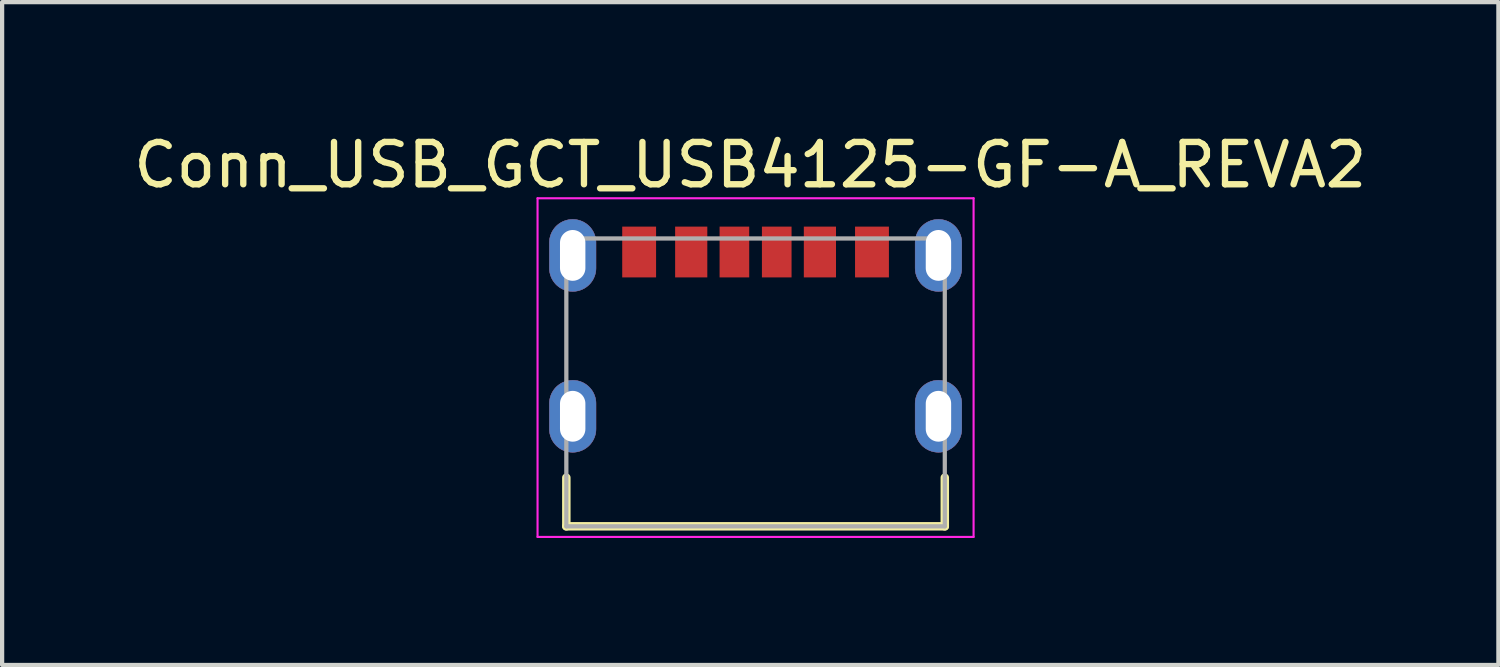
<source format=kicad_pcb>
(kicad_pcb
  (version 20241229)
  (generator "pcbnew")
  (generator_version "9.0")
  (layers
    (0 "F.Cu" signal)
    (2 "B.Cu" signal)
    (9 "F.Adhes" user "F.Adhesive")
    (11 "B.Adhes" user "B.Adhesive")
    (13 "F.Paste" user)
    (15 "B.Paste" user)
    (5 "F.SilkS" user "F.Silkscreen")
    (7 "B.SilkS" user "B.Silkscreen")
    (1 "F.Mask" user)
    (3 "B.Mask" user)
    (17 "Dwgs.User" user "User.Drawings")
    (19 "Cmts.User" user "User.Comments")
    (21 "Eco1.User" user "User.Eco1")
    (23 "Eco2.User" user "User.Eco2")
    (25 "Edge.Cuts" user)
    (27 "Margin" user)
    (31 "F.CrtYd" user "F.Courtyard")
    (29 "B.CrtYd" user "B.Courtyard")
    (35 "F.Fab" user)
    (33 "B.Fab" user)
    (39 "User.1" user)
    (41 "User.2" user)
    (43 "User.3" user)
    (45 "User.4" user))
  (footprint "Conn_USB_GCT_USB4125-GF-A_REVA2"
    (layer "F.Cu")
    (at 14.798 5.983)
    (property "Reference" "Conn_USB_GCT_USB4125-GF-A_REVA2" (at -0.125 -5.135 0) (layer "F.SilkS") (effects (font (size 1 1) (thickness 0.15))))
    (attr through_hole)
    (fp_poly (pts (xy -4.32 -3.85) (xy -4.349 -3.849) (xy -4.377 -3.847) (xy -4.406 -3.843) (xy -4.434 -3.838) (xy -4.462 -3.831) (xy -4.49 -3.823) (xy -4.517 -3.813) (xy -4.544 -3.802) (xy -4.57 -3.79) (xy -4.595 -3.776) (xy -4.62 -3.761) (xy -4.643 -3.745) (xy -4.666 -3.727) (xy -4.688 -3.709) (xy -4.709 -3.689) (xy -4.729 -3.668) (xy -4.747 -3.646) (xy -4.765 -3.623) (xy -4.781 -3.6) (xy -4.796 -3.575) (xy -4.81 -3.55) (xy -4.822 -3.524) (xy -4.833 -3.497) (xy -4.843 -3.47) (xy -4.851 -3.442) (xy -4.858 -3.414) (xy -4.863 -3.386) (xy -4.867 -3.357) (xy -4.869 -3.329) (xy -4.87 -3.3) (xy -4.87 -2.7) (xy -4.869 -2.671) (xy -4.867 -2.643) (xy -4.863 -2.614) (xy -4.858 -2.586) (xy -4.851 -2.558) (xy -4.843 -2.53) (xy -4.833 -2.503) (xy -4.822 -2.476) (xy -4.81 -2.45) (xy -4.796 -2.425) (xy -4.781 -2.4) (xy -4.765 -2.377) (xy -4.747 -2.354) (xy -4.729 -2.332) (xy -4.709 -2.311) (xy -4.688 -2.291) (xy -4.666 -2.273) (xy -4.643 -2.255) (xy -4.62 -2.239) (xy -4.595 -2.224) (xy -4.57 -2.21) (xy -4.544 -2.198) (xy -4.517 -2.187) (xy -4.49 -2.177) (xy -4.462 -2.169) (xy -4.434 -2.162) (xy -4.406 -2.157) (xy -4.377 -2.153) (xy -4.349 -2.151) (xy -4.32 -2.15) (xy -4.291 -2.151) (xy -4.263 -2.153) (xy -4.234 -2.157) (xy -4.206 -2.162) (xy -4.178 -2.169) (xy -4.15 -2.177) (xy -4.123 -2.187) (xy -4.096 -2.198) (xy -4.07 -2.21) (xy -4.045 -2.224) (xy -4.02 -2.239) (xy -3.997 -2.255) (xy -3.974 -2.273) (xy -3.952 -2.291) (xy -3.931 -2.311) (xy -3.911 -2.332) (xy -3.893 -2.354) (xy -3.875 -2.377) (xy -3.859 -2.4) (xy -3.844 -2.425) (xy -3.83 -2.45) (xy -3.818 -2.476) (xy -3.807 -2.503) (xy -3.797 -2.53) (xy -3.789 -2.558) (xy -3.782 -2.586) (xy -3.777 -2.614) (xy -3.773 -2.643) (xy -3.771 -2.671) (xy -3.77 -2.7) (xy -3.77 -3.3) (xy -3.771 -3.329) (xy -3.773 -3.357) (xy -3.777 -3.386) (xy -3.782 -3.414) (xy -3.789 -3.442) (xy -3.797 -3.47) (xy -3.807 -3.497) (xy -3.818 -3.524) (xy -3.83 -3.55) (xy -3.844 -3.575) (xy -3.859 -3.6) (xy -3.875 -3.623) (xy -3.893 -3.646) (xy -3.911 -3.668) (xy -3.931 -3.689) (xy -3.952 -3.709) (xy -3.974 -3.727) (xy -3.997 -3.745) (xy -4.02 -3.761) (xy -4.045 -3.776) (xy -4.07 -3.79) (xy -4.096 -3.802) (xy -4.123 -3.813) (xy -4.15 -3.823) (xy -4.178 -3.831) (xy -4.206 -3.838) (xy -4.234 -3.843) (xy -4.263 -3.847) (xy -4.291 -3.849) (xy -4.32 -3.85)) (stroke (width 0.01) (type solid)) (fill yes) (layer "F.Cu"))
    (fp_poly (pts (xy -4.32 -0.05) (xy -4.349 -0.049) (xy -4.377 -0.047) (xy -4.406 -0.043) (xy -4.434 -0.038) (xy -4.462 -0.031) (xy -4.49 -0.023) (xy -4.517 -0.013) (xy -4.544 -0.002) (xy -4.57 0.01) (xy -4.595 0.024) (xy -4.62 0.039) (xy -4.643 0.055) (xy -4.666 0.073) (xy -4.688 0.091) (xy -4.709 0.111) (xy -4.729 0.132) (xy -4.747 0.154) (xy -4.765 0.177) (xy -4.781 0.2) (xy -4.796 0.225) (xy -4.81 0.25) (xy -4.822 0.276) (xy -4.833 0.303) (xy -4.843 0.33) (xy -4.851 0.358) (xy -4.858 0.386) (xy -4.863 0.414) (xy -4.867 0.443) (xy -4.869 0.471) (xy -4.87 0.5) (xy -4.87 1.1) (xy -4.869 1.129) (xy -4.867 1.157) (xy -4.863 1.186) (xy -4.858 1.214) (xy -4.851 1.242) (xy -4.843 1.27) (xy -4.833 1.297) (xy -4.822 1.324) (xy -4.81 1.35) (xy -4.796 1.375) (xy -4.781 1.4) (xy -4.765 1.423) (xy -4.747 1.446) (xy -4.729 1.468) (xy -4.709 1.489) (xy -4.688 1.509) (xy -4.666 1.527) (xy -4.643 1.545) (xy -4.62 1.561) (xy -4.595 1.576) (xy -4.57 1.59) (xy -4.544 1.602) (xy -4.517 1.613) (xy -4.49 1.623) (xy -4.462 1.631) (xy -4.434 1.638) (xy -4.406 1.643) (xy -4.377 1.647) (xy -4.349 1.649) (xy -4.32 1.65) (xy -4.291 1.649) (xy -4.263 1.647) (xy -4.234 1.643) (xy -4.206 1.638) (xy -4.178 1.631) (xy -4.15 1.623) (xy -4.123 1.613) (xy -4.096 1.602) (xy -4.07 1.59) (xy -4.045 1.576) (xy -4.02 1.561) (xy -3.997 1.545) (xy -3.974 1.527) (xy -3.952 1.509) (xy -3.931 1.489) (xy -3.911 1.468) (xy -3.893 1.446) (xy -3.875 1.423) (xy -3.859 1.4) (xy -3.844 1.375) (xy -3.83 1.35) (xy -3.818 1.324) (xy -3.807 1.297) (xy -3.797 1.27) (xy -3.789 1.242) (xy -3.782 1.214) (xy -3.777 1.186) (xy -3.773 1.157) (xy -3.771 1.129) (xy -3.77 1.1) (xy -3.77 0.5) (xy -3.771 0.471) (xy -3.773 0.443) (xy -3.777 0.414) (xy -3.782 0.386) (xy -3.789 0.358) (xy -3.797 0.33) (xy -3.807 0.303) (xy -3.818 0.276) (xy -3.83 0.25) (xy -3.844 0.225) (xy -3.859 0.2) (xy -3.875 0.177) (xy -3.893 0.154) (xy -3.911 0.132) (xy -3.931 0.111) (xy -3.952 0.091) (xy -3.974 0.073) (xy -3.997 0.055) (xy -4.02 0.039) (xy -4.045 0.024) (xy -4.07 0.01) (xy -4.096 -0.002) (xy -4.123 -0.013) (xy -4.15 -0.023) (xy -4.178 -0.031) (xy -4.206 -0.038) (xy -4.234 -0.043) (xy -4.263 -0.047) (xy -4.291 -0.049) (xy -4.32 -0.05)) (stroke (width 0.01) (type solid)) (fill yes) (layer "F.Cu"))
    (fp_poly (pts (xy 4.32 -3.85) (xy 4.291 -3.849) (xy 4.263 -3.847) (xy 4.234 -3.843) (xy 4.206 -3.838) (xy 4.178 -3.831) (xy 4.15 -3.823) (xy 4.123 -3.813) (xy 4.096 -3.802) (xy 4.07 -3.79) (xy 4.045 -3.776) (xy 4.02 -3.761) (xy 3.997 -3.745) (xy 3.974 -3.727) (xy 3.952 -3.709) (xy 3.931 -3.689) (xy 3.911 -3.668) (xy 3.893 -3.646) (xy 3.875 -3.623) (xy 3.859 -3.6) (xy 3.844 -3.575) (xy 3.83 -3.55) (xy 3.818 -3.524) (xy 3.807 -3.497) (xy 3.797 -3.47) (xy 3.789 -3.442) (xy 3.782 -3.414) (xy 3.777 -3.386) (xy 3.773 -3.357) (xy 3.771 -3.329) (xy 3.77 -3.3) (xy 3.77 -2.7) (xy 3.771 -2.671) (xy 3.773 -2.643) (xy 3.777 -2.614) (xy 3.782 -2.586) (xy 3.789 -2.558) (xy 3.797 -2.53) (xy 3.807 -2.503) (xy 3.818 -2.476) (xy 3.83 -2.45) (xy 3.844 -2.425) (xy 3.859 -2.4) (xy 3.875 -2.377) (xy 3.893 -2.354) (xy 3.911 -2.332) (xy 3.931 -2.311) (xy 3.952 -2.291) (xy 3.974 -2.273) (xy 3.997 -2.255) (xy 4.02 -2.239) (xy 4.045 -2.224) (xy 4.07 -2.21) (xy 4.096 -2.198) (xy 4.123 -2.187) (xy 4.15 -2.177) (xy 4.178 -2.169) (xy 4.206 -2.162) (xy 4.234 -2.157) (xy 4.263 -2.153) (xy 4.291 -2.151) (xy 4.32 -2.15) (xy 4.349 -2.151) (xy 4.377 -2.153) (xy 4.406 -2.157) (xy 4.434 -2.162) (xy 4.462 -2.169) (xy 4.49 -2.177) (xy 4.517 -2.187) (xy 4.544 -2.198) (xy 4.57 -2.21) (xy 4.595 -2.224) (xy 4.62 -2.239) (xy 4.643 -2.255) (xy 4.666 -2.273) (xy 4.688 -2.291) (xy 4.709 -2.311) (xy 4.729 -2.332) (xy 4.747 -2.354) (xy 4.765 -2.377) (xy 4.781 -2.4) (xy 4.796 -2.425) (xy 4.81 -2.45) (xy 4.822 -2.476) (xy 4.833 -2.503) (xy 4.843 -2.53) (xy 4.851 -2.558) (xy 4.858 -2.586) (xy 4.863 -2.614) (xy 4.867 -2.643) (xy 4.869 -2.671) (xy 4.87 -2.7) (xy 4.87 -3.3) (xy 4.869 -3.329) (xy 4.867 -3.357) (xy 4.863 -3.386) (xy 4.858 -3.414) (xy 4.851 -3.442) (xy 4.843 -3.47) (xy 4.833 -3.497) (xy 4.822 -3.524) (xy 4.81 -3.55) (xy 4.796 -3.575) (xy 4.781 -3.6) (xy 4.765 -3.623) (xy 4.747 -3.646) (xy 4.729 -3.668) (xy 4.709 -3.689) (xy 4.688 -3.709) (xy 4.666 -3.727) (xy 4.643 -3.745) (xy 4.62 -3.761) (xy 4.595 -3.776) (xy 4.57 -3.79) (xy 4.544 -3.802) (xy 4.517 -3.813) (xy 4.49 -3.823) (xy 4.462 -3.831) (xy 4.434 -3.838) (xy 4.406 -3.843) (xy 4.377 -3.847) (xy 4.349 -3.849) (xy 4.32 -3.85)) (stroke (width 0.01) (type solid)) (fill yes) (layer "F.Cu"))
    (fp_poly (pts (xy 4.32 -0.05) (xy 4.291 -0.049) (xy 4.263 -0.047) (xy 4.234 -0.043) (xy 4.206 -0.038) (xy 4.178 -0.031) (xy 4.15 -0.023) (xy 4.123 -0.013) (xy 4.096 -0.002) (xy 4.07 0.01) (xy 4.045 0.024) (xy 4.02 0.039) (xy 3.997 0.055) (xy 3.974 0.073) (xy 3.952 0.091) (xy 3.931 0.111) (xy 3.911 0.132) (xy 3.893 0.154) (xy 3.875 0.177) (xy 3.859 0.2) (xy 3.844 0.225) (xy 3.83 0.25) (xy 3.818 0.276) (xy 3.807 0.303) (xy 3.797 0.33) (xy 3.789 0.358) (xy 3.782 0.386) (xy 3.777 0.414) (xy 3.773 0.443) (xy 3.771 0.471) (xy 3.77 0.5) (xy 3.77 1.1) (xy 3.771 1.129) (xy 3.773 1.157) (xy 3.777 1.186) (xy 3.782 1.214) (xy 3.789 1.242) (xy 3.797 1.27) (xy 3.807 1.297) (xy 3.818 1.324) (xy 3.83 1.35) (xy 3.844 1.375) (xy 3.859 1.4) (xy 3.875 1.423) (xy 3.893 1.446) (xy 3.911 1.468) (xy 3.931 1.489) (xy 3.952 1.509) (xy 3.974 1.527) (xy 3.997 1.545) (xy 4.02 1.561) (xy 4.045 1.576) (xy 4.07 1.59) (xy 4.096 1.602) (xy 4.123 1.613) (xy 4.15 1.623) (xy 4.178 1.631) (xy 4.206 1.638) (xy 4.234 1.643) (xy 4.263 1.647) (xy 4.291 1.649) (xy 4.32 1.65) (xy 4.349 1.649) (xy 4.377 1.647) (xy 4.406 1.643) (xy 4.434 1.638) (xy 4.462 1.631) (xy 4.49 1.623) (xy 4.517 1.613) (xy 4.544 1.602) (xy 4.57 1.59) (xy 4.595 1.576) (xy 4.62 1.561) (xy 4.643 1.545) (xy 4.666 1.527) (xy 4.688 1.509) (xy 4.709 1.489) (xy 4.729 1.468) (xy 4.747 1.446) (xy 4.765 1.423) (xy 4.781 1.4) (xy 4.796 1.375) (xy 4.81 1.35) (xy 4.822 1.324) (xy 4.833 1.297) (xy 4.843 1.27) (xy 4.851 1.242) (xy 4.858 1.214) (xy 4.863 1.186) (xy 4.867 1.157) (xy 4.869 1.129) (xy 4.87 1.1) (xy 4.87 0.5) (xy 4.869 0.471) (xy 4.867 0.443) (xy 4.863 0.414) (xy 4.858 0.386) (xy 4.851 0.358) (xy 4.843 0.33) (xy 4.833 0.303) (xy 4.822 0.276) (xy 4.81 0.25) (xy 4.796 0.225) (xy 4.781 0.2) (xy 4.765 0.177) (xy 4.747 0.154) (xy 4.729 0.132) (xy 4.709 0.111) (xy 4.688 0.091) (xy 4.666 0.073) (xy 4.643 0.055) (xy 4.62 0.039) (xy 4.595 0.024) (xy 4.57 0.01) (xy 4.544 -0.002) (xy 4.517 -0.013) (xy 4.49 -0.023) (xy 4.462 -0.031) (xy 4.434 -0.038) (xy 4.406 -0.043) (xy 4.377 -0.047) (xy 4.349 -0.049) (xy 4.32 -0.05)) (stroke (width 0.01) (type solid)) (fill yes) (layer "F.Cu"))
    (fp_poly (pts (xy -4.32 -3.95) (xy -4.354 -3.949) (xy -4.388 -3.946) (xy -4.422 -3.942) (xy -4.455 -3.936) (xy -4.488 -3.928) (xy -4.521 -3.918) (xy -4.553 -3.907) (xy -4.584 -3.894) (xy -4.615 -3.879) (xy -4.645 -3.863) (xy -4.674 -3.845) (xy -4.702 -3.826) (xy -4.729 -3.805) (xy -4.755 -3.783) (xy -4.78 -3.76) (xy -4.803 -3.735) (xy -4.825 -3.709) (xy -4.846 -3.682) (xy -4.865 -3.654) (xy -4.883 -3.625) (xy -4.899 -3.595) (xy -4.914 -3.564) (xy -4.927 -3.533) (xy -4.938 -3.501) (xy -4.948 -3.468) (xy -4.956 -3.435) (xy -4.962 -3.402) (xy -4.966 -3.368) (xy -4.969 -3.334) (xy -4.97 -3.3) (xy -4.97 -2.7) (xy -4.969 -2.666) (xy -4.966 -2.632) (xy -4.962 -2.598) (xy -4.956 -2.565) (xy -4.948 -2.532) (xy -4.938 -2.499) (xy -4.927 -2.467) (xy -4.914 -2.436) (xy -4.899 -2.405) (xy -4.883 -2.375) (xy -4.865 -2.346) (xy -4.846 -2.318) (xy -4.825 -2.291) (xy -4.803 -2.265) (xy -4.78 -2.24) (xy -4.755 -2.217) (xy -4.729 -2.195) (xy -4.702 -2.174) (xy -4.674 -2.155) (xy -4.645 -2.137) (xy -4.615 -2.121) (xy -4.584 -2.106) (xy -4.553 -2.093) (xy -4.521 -2.082) (xy -4.488 -2.072) (xy -4.455 -2.064) (xy -4.422 -2.058) (xy -4.388 -2.054) (xy -4.354 -2.051) (xy -4.32 -2.05) (xy -4.286 -2.051) (xy -4.252 -2.054) (xy -4.218 -2.058) (xy -4.185 -2.064) (xy -4.152 -2.072) (xy -4.119 -2.082) (xy -4.087 -2.093) (xy -4.056 -2.106) (xy -4.025 -2.121) (xy -3.995 -2.137) (xy -3.966 -2.155) (xy -3.938 -2.174) (xy -3.911 -2.195) (xy -3.885 -2.217) (xy -3.86 -2.24) (xy -3.837 -2.265) (xy -3.815 -2.291) (xy -3.794 -2.318) (xy -3.775 -2.346) (xy -3.757 -2.375) (xy -3.741 -2.405) (xy -3.726 -2.436) (xy -3.713 -2.467) (xy -3.702 -2.499) (xy -3.692 -2.532) (xy -3.684 -2.565) (xy -3.678 -2.598) (xy -3.674 -2.632) (xy -3.671 -2.666) (xy -3.67 -2.7) (xy -3.67 -3.3) (xy -3.671 -3.334) (xy -3.674 -3.368) (xy -3.678 -3.402) (xy -3.684 -3.435) (xy -3.692 -3.468) (xy -3.702 -3.501) (xy -3.713 -3.533) (xy -3.726 -3.564) (xy -3.741 -3.595) (xy -3.757 -3.625) (xy -3.775 -3.654) (xy -3.794 -3.682) (xy -3.815 -3.709) (xy -3.837 -3.735) (xy -3.86 -3.76) (xy -3.885 -3.783) (xy -3.911 -3.805) (xy -3.938 -3.826) (xy -3.966 -3.845) (xy -3.995 -3.863) (xy -4.025 -3.879) (xy -4.056 -3.894) (xy -4.087 -3.907) (xy -4.119 -3.918) (xy -4.152 -3.928) (xy -4.185 -3.936) (xy -4.218 -3.942) (xy -4.252 -3.946) (xy -4.286 -3.949) (xy -4.32 -3.95)) (stroke (width 0.01) (type solid)) (fill yes) (layer "F.Mask"))
    (fp_poly (pts (xy -4.32 -0.15) (xy -4.354 -0.149) (xy -4.388 -0.146) (xy -4.422 -0.142) (xy -4.455 -0.136) (xy -4.488 -0.128) (xy -4.521 -0.118) (xy -4.553 -0.107) (xy -4.584 -0.094) (xy -4.615 -0.079) (xy -4.645 -0.063) (xy -4.674 -0.045) (xy -4.702 -0.026) (xy -4.729 -0.005) (xy -4.755 0.017) (xy -4.78 0.04) (xy -4.803 0.065) (xy -4.825 0.091) (xy -4.846 0.118) (xy -4.865 0.146) (xy -4.883 0.175) (xy -4.899 0.205) (xy -4.914 0.236) (xy -4.927 0.267) (xy -4.938 0.299) (xy -4.948 0.332) (xy -4.956 0.365) (xy -4.962 0.398) (xy -4.966 0.432) (xy -4.969 0.466) (xy -4.97 0.5) (xy -4.97 1.1) (xy -4.969 1.134) (xy -4.966 1.168) (xy -4.962 1.202) (xy -4.956 1.235) (xy -4.948 1.268) (xy -4.938 1.301) (xy -4.927 1.333) (xy -4.914 1.364) (xy -4.899 1.395) (xy -4.883 1.425) (xy -4.865 1.454) (xy -4.846 1.482) (xy -4.825 1.509) (xy -4.803 1.535) (xy -4.78 1.56) (xy -4.755 1.583) (xy -4.729 1.605) (xy -4.702 1.626) (xy -4.674 1.645) (xy -4.645 1.663) (xy -4.615 1.679) (xy -4.584 1.694) (xy -4.553 1.707) (xy -4.521 1.718) (xy -4.488 1.728) (xy -4.455 1.736) (xy -4.422 1.742) (xy -4.388 1.746) (xy -4.354 1.749) (xy -4.32 1.75) (xy -4.286 1.749) (xy -4.252 1.746) (xy -4.218 1.742) (xy -4.185 1.736) (xy -4.152 1.728) (xy -4.119 1.718) (xy -4.087 1.707) (xy -4.056 1.694) (xy -4.025 1.679) (xy -3.995 1.663) (xy -3.966 1.645) (xy -3.938 1.626) (xy -3.911 1.605) (xy -3.885 1.583) (xy -3.86 1.56) (xy -3.837 1.535) (xy -3.815 1.509) (xy -3.794 1.482) (xy -3.775 1.454) (xy -3.757 1.425) (xy -3.741 1.395) (xy -3.726 1.364) (xy -3.713 1.333) (xy -3.702 1.301) (xy -3.692 1.268) (xy -3.684 1.235) (xy -3.678 1.202) (xy -3.674 1.168) (xy -3.671 1.134) (xy -3.67 1.1) (xy -3.67 0.5) (xy -3.671 0.466) (xy -3.674 0.432) (xy -3.678 0.398) (xy -3.684 0.365) (xy -3.692 0.332) (xy -3.702 0.299) (xy -3.713 0.267) (xy -3.726 0.236) (xy -3.741 0.205) (xy -3.757 0.175) (xy -3.775 0.146) (xy -3.794 0.118) (xy -3.815 0.091) (xy -3.837 0.065) (xy -3.86 0.04) (xy -3.885 0.017) (xy -3.911 -0.005) (xy -3.938 -0.026) (xy -3.966 -0.045) (xy -3.995 -0.063) (xy -4.025 -0.079) (xy -4.056 -0.094) (xy -4.087 -0.107) (xy -4.119 -0.118) (xy -4.152 -0.128) (xy -4.185 -0.136) (xy -4.218 -0.142) (xy -4.252 -0.146) (xy -4.286 -0.149) (xy -4.32 -0.15)) (stroke (width 0.01) (type solid)) (fill yes) (layer "F.Mask"))
    (fp_poly (pts (xy 4.32 -3.95) (xy 4.286 -3.949) (xy 4.252 -3.946) (xy 4.218 -3.942) (xy 4.185 -3.936) (xy 4.152 -3.928) (xy 4.119 -3.918) (xy 4.087 -3.907) (xy 4.056 -3.894) (xy 4.025 -3.879) (xy 3.995 -3.863) (xy 3.966 -3.845) (xy 3.938 -3.826) (xy 3.911 -3.805) (xy 3.885 -3.783) (xy 3.86 -3.76) (xy 3.837 -3.735) (xy 3.815 -3.709) (xy 3.794 -3.682) (xy 3.775 -3.654) (xy 3.757 -3.625) (xy 3.741 -3.595) (xy 3.726 -3.564) (xy 3.713 -3.533) (xy 3.702 -3.501) (xy 3.692 -3.468) (xy 3.684 -3.435) (xy 3.678 -3.402) (xy 3.674 -3.368) (xy 3.671 -3.334) (xy 3.67 -3.3) (xy 3.67 -2.7) (xy 3.671 -2.666) (xy 3.674 -2.632) (xy 3.678 -2.598) (xy 3.684 -2.565) (xy 3.692 -2.532) (xy 3.702 -2.499) (xy 3.713 -2.467) (xy 3.726 -2.436) (xy 3.741 -2.405) (xy 3.757 -2.375) (xy 3.775 -2.346) (xy 3.794 -2.318) (xy 3.815 -2.291) (xy 3.837 -2.265) (xy 3.86 -2.24) (xy 3.885 -2.217) (xy 3.911 -2.195) (xy 3.938 -2.174) (xy 3.966 -2.155) (xy 3.995 -2.137) (xy 4.025 -2.121) (xy 4.056 -2.106) (xy 4.087 -2.093) (xy 4.119 -2.082) (xy 4.152 -2.072) (xy 4.185 -2.064) (xy 4.218 -2.058) (xy 4.252 -2.054) (xy 4.286 -2.051) (xy 4.32 -2.05) (xy 4.354 -2.051) (xy 4.388 -2.054) (xy 4.422 -2.058) (xy 4.455 -2.064) (xy 4.488 -2.072) (xy 4.521 -2.082) (xy 4.553 -2.093) (xy 4.584 -2.106) (xy 4.615 -2.121) (xy 4.645 -2.137) (xy 4.674 -2.155) (xy 4.702 -2.174) (xy 4.729 -2.195) (xy 4.755 -2.217) (xy 4.78 -2.24) (xy 4.803 -2.265) (xy 4.825 -2.291) (xy 4.846 -2.318) (xy 4.865 -2.346) (xy 4.883 -2.375) (xy 4.899 -2.405) (xy 4.914 -2.436) (xy 4.927 -2.467) (xy 4.938 -2.499) (xy 4.948 -2.532) (xy 4.956 -2.565) (xy 4.962 -2.598) (xy 4.966 -2.632) (xy 4.969 -2.666) (xy 4.97 -2.7) (xy 4.97 -3.3) (xy 4.969 -3.334) (xy 4.966 -3.368) (xy 4.962 -3.402) (xy 4.956 -3.435) (xy 4.948 -3.468) (xy 4.938 -3.501) (xy 4.927 -3.533) (xy 4.914 -3.564) (xy 4.899 -3.595) (xy 4.883 -3.625) (xy 4.865 -3.654) (xy 4.846 -3.682) (xy 4.825 -3.709) (xy 4.803 -3.735) (xy 4.78 -3.76) (xy 4.755 -3.783) (xy 4.729 -3.805) (xy 4.702 -3.826) (xy 4.674 -3.845) (xy 4.645 -3.863) (xy 4.615 -3.879) (xy 4.584 -3.894) (xy 4.553 -3.907) (xy 4.521 -3.918) (xy 4.488 -3.928) (xy 4.455 -3.936) (xy 4.422 -3.942) (xy 4.388 -3.946) (xy 4.354 -3.949) (xy 4.32 -3.95)) (stroke (width 0.01) (type solid)) (fill yes) (layer "F.Mask"))
    (fp_poly (pts (xy 4.32 -0.15) (xy 4.286 -0.149) (xy 4.252 -0.146) (xy 4.218 -0.142) (xy 4.185 -0.136) (xy 4.152 -0.128) (xy 4.119 -0.118) (xy 4.087 -0.107) (xy 4.056 -0.094) (xy 4.025 -0.079) (xy 3.995 -0.063) (xy 3.966 -0.045) (xy 3.938 -0.026) (xy 3.911 -0.005) (xy 3.885 0.017) (xy 3.86 0.04) (xy 3.837 0.065) (xy 3.815 0.091) (xy 3.794 0.118) (xy 3.775 0.146) (xy 3.757 0.175) (xy 3.741 0.205) (xy 3.726 0.236) (xy 3.713 0.267) (xy 3.702 0.299) (xy 3.692 0.332) (xy 3.684 0.365) (xy 3.678 0.398) (xy 3.674 0.432) (xy 3.671 0.466) (xy 3.67 0.5) (xy 3.67 1.1) (xy 3.671 1.134) (xy 3.674 1.168) (xy 3.678 1.202) (xy 3.684 1.235) (xy 3.692 1.268) (xy 3.702 1.301) (xy 3.713 1.333) (xy 3.726 1.364) (xy 3.741 1.395) (xy 3.757 1.425) (xy 3.775 1.454) (xy 3.794 1.482) (xy 3.815 1.509) (xy 3.837 1.535) (xy 3.86 1.56) (xy 3.885 1.583) (xy 3.911 1.605) (xy 3.938 1.626) (xy 3.966 1.645) (xy 3.995 1.663) (xy 4.025 1.679) (xy 4.056 1.694) (xy 4.087 1.707) (xy 4.119 1.718) (xy 4.152 1.728) (xy 4.185 1.736) (xy 4.218 1.742) (xy 4.252 1.746) (xy 4.286 1.749) (xy 4.32 1.75) (xy 4.354 1.749) (xy 4.388 1.746) (xy 4.422 1.742) (xy 4.455 1.736) (xy 4.488 1.728) (xy 4.521 1.718) (xy 4.553 1.707) (xy 4.584 1.694) (xy 4.615 1.679) (xy 4.645 1.663) (xy 4.674 1.645) (xy 4.702 1.626) (xy 4.729 1.605) (xy 4.755 1.583) (xy 4.78 1.56) (xy 4.803 1.535) (xy 4.825 1.509) (xy 4.846 1.482) (xy 4.865 1.454) (xy 4.883 1.425) (xy 4.899 1.395) (xy 4.914 1.364) (xy 4.927 1.333) (xy 4.938 1.301) (xy 4.948 1.268) (xy 4.956 1.235) (xy 4.962 1.202) (xy 4.966 1.168) (xy 4.969 1.134) (xy 4.97 1.1) (xy 4.97 0.5) (xy 4.969 0.466) (xy 4.966 0.432) (xy 4.962 0.398) (xy 4.956 0.365) (xy 4.948 0.332) (xy 4.938 0.299) (xy 4.927 0.267) (xy 4.914 0.236) (xy 4.899 0.205) (xy 4.883 0.175) (xy 4.865 0.146) (xy 4.846 0.118) (xy 4.825 0.091) (xy 4.803 0.065) (xy 4.78 0.04) (xy 4.755 0.017) (xy 4.729 -0.005) (xy 4.702 -0.026) (xy 4.674 -0.045) (xy 4.645 -0.063) (xy 4.615 -0.079) (xy 4.584 -0.094) (xy 4.553 -0.107) (xy 4.521 -0.118) (xy 4.488 -0.128) (xy 4.455 -0.136) (xy 4.422 -0.142) (xy 4.388 -0.146) (xy 4.354 -0.149) (xy 4.32 -0.15)) (stroke (width 0.01) (type solid)) (fill yes) (layer "F.Mask"))
    (fp_poly (pts (xy -4.32 -3.85) (xy -4.349 -3.849) (xy -4.377 -3.847) (xy -4.406 -3.843) (xy -4.434 -3.838) (xy -4.462 -3.831) (xy -4.49 -3.823) (xy -4.517 -3.813) (xy -4.544 -3.802) (xy -4.57 -3.79) (xy -4.595 -3.776) (xy -4.62 -3.761) (xy -4.643 -3.745) (xy -4.666 -3.727) (xy -4.688 -3.709) (xy -4.709 -3.689) (xy -4.729 -3.668) (xy -4.747 -3.646) (xy -4.765 -3.623) (xy -4.781 -3.6) (xy -4.796 -3.575) (xy -4.81 -3.55) (xy -4.822 -3.524) (xy -4.833 -3.497) (xy -4.843 -3.47) (xy -4.851 -3.442) (xy -4.858 -3.414) (xy -4.863 -3.386) (xy -4.867 -3.357) (xy -4.869 -3.329) (xy -4.87 -3.3) (xy -4.87 -2.7) (xy -4.869 -2.671) (xy -4.867 -2.643) (xy -4.863 -2.614) (xy -4.858 -2.586) (xy -4.851 -2.558) (xy -4.843 -2.53) (xy -4.833 -2.503) (xy -4.822 -2.476) (xy -4.81 -2.45) (xy -4.796 -2.425) (xy -4.781 -2.4) (xy -4.765 -2.377) (xy -4.747 -2.354) (xy -4.729 -2.332) (xy -4.709 -2.311) (xy -4.688 -2.291) (xy -4.666 -2.273) (xy -4.643 -2.255) (xy -4.62 -2.239) (xy -4.595 -2.224) (xy -4.57 -2.21) (xy -4.544 -2.198) (xy -4.517 -2.187) (xy -4.49 -2.177) (xy -4.462 -2.169) (xy -4.434 -2.162) (xy -4.406 -2.157) (xy -4.377 -2.153) (xy -4.349 -2.151) (xy -4.32 -2.15) (xy -4.291 -2.151) (xy -4.263 -2.153) (xy -4.234 -2.157) (xy -4.206 -2.162) (xy -4.178 -2.169) (xy -4.15 -2.177) (xy -4.123 -2.187) (xy -4.096 -2.198) (xy -4.07 -2.21) (xy -4.045 -2.224) (xy -4.02 -2.239) (xy -3.997 -2.255) (xy -3.974 -2.273) (xy -3.952 -2.291) (xy -3.931 -2.311) (xy -3.911 -2.332) (xy -3.893 -2.354) (xy -3.875 -2.377) (xy -3.859 -2.4) (xy -3.844 -2.425) (xy -3.83 -2.45) (xy -3.818 -2.476) (xy -3.807 -2.503) (xy -3.797 -2.53) (xy -3.789 -2.558) (xy -3.782 -2.586) (xy -3.777 -2.614) (xy -3.773 -2.643) (xy -3.771 -2.671) (xy -3.77 -2.7) (xy -3.77 -3.3) (xy -3.771 -3.329) (xy -3.773 -3.357) (xy -3.777 -3.386) (xy -3.782 -3.414) (xy -3.789 -3.442) (xy -3.797 -3.47) (xy -3.807 -3.497) (xy -3.818 -3.524) (xy -3.83 -3.55) (xy -3.844 -3.575) (xy -3.859 -3.6) (xy -3.875 -3.623) (xy -3.893 -3.646) (xy -3.911 -3.668) (xy -3.931 -3.689) (xy -3.952 -3.709) (xy -3.974 -3.727) (xy -3.997 -3.745) (xy -4.02 -3.761) (xy -4.045 -3.776) (xy -4.07 -3.79) (xy -4.096 -3.802) (xy -4.123 -3.813) (xy -4.15 -3.823) (xy -4.178 -3.831) (xy -4.206 -3.838) (xy -4.234 -3.843) (xy -4.263 -3.847) (xy -4.291 -3.849) (xy -4.32 -3.85)) (stroke (width 0.01) (type solid)) (fill yes) (layer "B.Cu"))
    (fp_poly (pts (xy -4.32 -0.05) (xy -4.349 -0.049) (xy -4.377 -0.047) (xy -4.406 -0.043) (xy -4.434 -0.038) (xy -4.462 -0.031) (xy -4.49 -0.023) (xy -4.517 -0.013) (xy -4.544 -0.002) (xy -4.57 0.01) (xy -4.595 0.024) (xy -4.62 0.039) (xy -4.643 0.055) (xy -4.666 0.073) (xy -4.688 0.091) (xy -4.709 0.111) (xy -4.729 0.132) (xy -4.747 0.154) (xy -4.765 0.177) (xy -4.781 0.2) (xy -4.796 0.225) (xy -4.81 0.25) (xy -4.822 0.276) (xy -4.833 0.303) (xy -4.843 0.33) (xy -4.851 0.358) (xy -4.858 0.386) (xy -4.863 0.414) (xy -4.867 0.443) (xy -4.869 0.471) (xy -4.87 0.5) (xy -4.87 1.1) (xy -4.869 1.129) (xy -4.867 1.157) (xy -4.863 1.186) (xy -4.858 1.214) (xy -4.851 1.242) (xy -4.843 1.27) (xy -4.833 1.297) (xy -4.822 1.324) (xy -4.81 1.35) (xy -4.796 1.375) (xy -4.781 1.4) (xy -4.765 1.423) (xy -4.747 1.446) (xy -4.729 1.468) (xy -4.709 1.489) (xy -4.688 1.509) (xy -4.666 1.527) (xy -4.643 1.545) (xy -4.62 1.561) (xy -4.595 1.576) (xy -4.57 1.59) (xy -4.544 1.602) (xy -4.517 1.613) (xy -4.49 1.623) (xy -4.462 1.631) (xy -4.434 1.638) (xy -4.406 1.643) (xy -4.377 1.647) (xy -4.349 1.649) (xy -4.32 1.65) (xy -4.291 1.649) (xy -4.263 1.647) (xy -4.234 1.643) (xy -4.206 1.638) (xy -4.178 1.631) (xy -4.15 1.623) (xy -4.123 1.613) (xy -4.096 1.602) (xy -4.07 1.59) (xy -4.045 1.576) (xy -4.02 1.561) (xy -3.997 1.545) (xy -3.974 1.527) (xy -3.952 1.509) (xy -3.931 1.489) (xy -3.911 1.468) (xy -3.893 1.446) (xy -3.875 1.423) (xy -3.859 1.4) (xy -3.844 1.375) (xy -3.83 1.35) (xy -3.818 1.324) (xy -3.807 1.297) (xy -3.797 1.27) (xy -3.789 1.242) (xy -3.782 1.214) (xy -3.777 1.186) (xy -3.773 1.157) (xy -3.771 1.129) (xy -3.77 1.1) (xy -3.77 0.5) (xy -3.771 0.471) (xy -3.773 0.443) (xy -3.777 0.414) (xy -3.782 0.386) (xy -3.789 0.358) (xy -3.797 0.33) (xy -3.807 0.303) (xy -3.818 0.276) (xy -3.83 0.25) (xy -3.844 0.225) (xy -3.859 0.2) (xy -3.875 0.177) (xy -3.893 0.154) (xy -3.911 0.132) (xy -3.931 0.111) (xy -3.952 0.091) (xy -3.974 0.073) (xy -3.997 0.055) (xy -4.02 0.039) (xy -4.045 0.024) (xy -4.07 0.01) (xy -4.096 -0.002) (xy -4.123 -0.013) (xy -4.15 -0.023) (xy -4.178 -0.031) (xy -4.206 -0.038) (xy -4.234 -0.043) (xy -4.263 -0.047) (xy -4.291 -0.049) (xy -4.32 -0.05)) (stroke (width 0.01) (type solid)) (fill yes) (layer "B.Cu"))
    (fp_poly (pts (xy 4.32 -3.85) (xy 4.291 -3.849) (xy 4.263 -3.847) (xy 4.234 -3.843) (xy 4.206 -3.838) (xy 4.178 -3.831) (xy 4.15 -3.823) (xy 4.123 -3.813) (xy 4.096 -3.802) (xy 4.07 -3.79) (xy 4.045 -3.776) (xy 4.02 -3.761) (xy 3.997 -3.745) (xy 3.974 -3.727) (xy 3.952 -3.709) (xy 3.931 -3.689) (xy 3.911 -3.668) (xy 3.893 -3.646) (xy 3.875 -3.623) (xy 3.859 -3.6) (xy 3.844 -3.575) (xy 3.83 -3.55) (xy 3.818 -3.524) (xy 3.807 -3.497) (xy 3.797 -3.47) (xy 3.789 -3.442) (xy 3.782 -3.414) (xy 3.777 -3.386) (xy 3.773 -3.357) (xy 3.771 -3.329) (xy 3.77 -3.3) (xy 3.77 -2.7) (xy 3.771 -2.671) (xy 3.773 -2.643) (xy 3.777 -2.614) (xy 3.782 -2.586) (xy 3.789 -2.558) (xy 3.797 -2.53) (xy 3.807 -2.503) (xy 3.818 -2.476) (xy 3.83 -2.45) (xy 3.844 -2.425) (xy 3.859 -2.4) (xy 3.875 -2.377) (xy 3.893 -2.354) (xy 3.911 -2.332) (xy 3.931 -2.311) (xy 3.952 -2.291) (xy 3.974 -2.273) (xy 3.997 -2.255) (xy 4.02 -2.239) (xy 4.045 -2.224) (xy 4.07 -2.21) (xy 4.096 -2.198) (xy 4.123 -2.187) (xy 4.15 -2.177) (xy 4.178 -2.169) (xy 4.206 -2.162) (xy 4.234 -2.157) (xy 4.263 -2.153) (xy 4.291 -2.151) (xy 4.32 -2.15) (xy 4.349 -2.151) (xy 4.377 -2.153) (xy 4.406 -2.157) (xy 4.434 -2.162) (xy 4.462 -2.169) (xy 4.49 -2.177) (xy 4.517 -2.187) (xy 4.544 -2.198) (xy 4.57 -2.21) (xy 4.595 -2.224) (xy 4.62 -2.239) (xy 4.643 -2.255) (xy 4.666 -2.273) (xy 4.688 -2.291) (xy 4.709 -2.311) (xy 4.729 -2.332) (xy 4.747 -2.354) (xy 4.765 -2.377) (xy 4.781 -2.4) (xy 4.796 -2.425) (xy 4.81 -2.45) (xy 4.822 -2.476) (xy 4.833 -2.503) (xy 4.843 -2.53) (xy 4.851 -2.558) (xy 4.858 -2.586) (xy 4.863 -2.614) (xy 4.867 -2.643) (xy 4.869 -2.671) (xy 4.87 -2.7) (xy 4.87 -3.3) (xy 4.869 -3.329) (xy 4.867 -3.357) (xy 4.863 -3.386) (xy 4.858 -3.414) (xy 4.851 -3.442) (xy 4.843 -3.47) (xy 4.833 -3.497) (xy 4.822 -3.524) (xy 4.81 -3.55) (xy 4.796 -3.575) (xy 4.781 -3.6) (xy 4.765 -3.623) (xy 4.747 -3.646) (xy 4.729 -3.668) (xy 4.709 -3.689) (xy 4.688 -3.709) (xy 4.666 -3.727) (xy 4.643 -3.745) (xy 4.62 -3.761) (xy 4.595 -3.776) (xy 4.57 -3.79) (xy 4.544 -3.802) (xy 4.517 -3.813) (xy 4.49 -3.823) (xy 4.462 -3.831) (xy 4.434 -3.838) (xy 4.406 -3.843) (xy 4.377 -3.847) (xy 4.349 -3.849) (xy 4.32 -3.85)) (stroke (width 0.01) (type solid)) (fill yes) (layer "B.Cu"))
    (fp_poly (pts (xy 4.32 -0.05) (xy 4.291 -0.049) (xy 4.263 -0.047) (xy 4.234 -0.043) (xy 4.206 -0.038) (xy 4.178 -0.031) (xy 4.15 -0.023) (xy 4.123 -0.013) (xy 4.096 -0.002) (xy 4.07 0.01) (xy 4.045 0.024) (xy 4.02 0.039) (xy 3.997 0.055) (xy 3.974 0.073) (xy 3.952 0.091) (xy 3.931 0.111) (xy 3.911 0.132) (xy 3.893 0.154) (xy 3.875 0.177) (xy 3.859 0.2) (xy 3.844 0.225) (xy 3.83 0.25) (xy 3.818 0.276) (xy 3.807 0.303) (xy 3.797 0.33) (xy 3.789 0.358) (xy 3.782 0.386) (xy 3.777 0.414) (xy 3.773 0.443) (xy 3.771 0.471) (xy 3.77 0.5) (xy 3.77 1.1) (xy 3.771 1.129) (xy 3.773 1.157) (xy 3.777 1.186) (xy 3.782 1.214) (xy 3.789 1.242) (xy 3.797 1.27) (xy 3.807 1.297) (xy 3.818 1.324) (xy 3.83 1.35) (xy 3.844 1.375) (xy 3.859 1.4) (xy 3.875 1.423) (xy 3.893 1.446) (xy 3.911 1.468) (xy 3.931 1.489) (xy 3.952 1.509) (xy 3.974 1.527) (xy 3.997 1.545) (xy 4.02 1.561) (xy 4.045 1.576) (xy 4.07 1.59) (xy 4.096 1.602) (xy 4.123 1.613) (xy 4.15 1.623) (xy 4.178 1.631) (xy 4.206 1.638) (xy 4.234 1.643) (xy 4.263 1.647) (xy 4.291 1.649) (xy 4.32 1.65) (xy 4.349 1.649) (xy 4.377 1.647) (xy 4.406 1.643) (xy 4.434 1.638) (xy 4.462 1.631) (xy 4.49 1.623) (xy 4.517 1.613) (xy 4.544 1.602) (xy 4.57 1.59) (xy 4.595 1.576) (xy 4.62 1.561) (xy 4.643 1.545) (xy 4.666 1.527) (xy 4.688 1.509) (xy 4.709 1.489) (xy 4.729 1.468) (xy 4.747 1.446) (xy 4.765 1.423) (xy 4.781 1.4) (xy 4.796 1.375) (xy 4.81 1.35) (xy 4.822 1.324) (xy 4.833 1.297) (xy 4.843 1.27) (xy 4.851 1.242) (xy 4.858 1.214) (xy 4.863 1.186) (xy 4.867 1.157) (xy 4.869 1.129) (xy 4.87 1.1) (xy 4.87 0.5) (xy 4.869 0.471) (xy 4.867 0.443) (xy 4.863 0.414) (xy 4.858 0.386) (xy 4.851 0.358) (xy 4.843 0.33) (xy 4.833 0.303) (xy 4.822 0.276) (xy 4.81 0.25) (xy 4.796 0.225) (xy 4.781 0.2) (xy 4.765 0.177) (xy 4.747 0.154) (xy 4.729 0.132) (xy 4.709 0.111) (xy 4.688 0.091) (xy 4.666 0.073) (xy 4.643 0.055) (xy 4.62 0.039) (xy 4.595 0.024) (xy 4.57 0.01) (xy 4.544 -0.002) (xy 4.517 -0.013) (xy 4.49 -0.023) (xy 4.462 -0.031) (xy 4.434 -0.038) (xy 4.406 -0.043) (xy 4.377 -0.047) (xy 4.349 -0.049) (xy 4.32 -0.05)) (stroke (width 0.01) (type solid)) (fill yes) (layer "B.Cu"))
    (fp_poly (pts (xy -4.32 -3.95) (xy -4.354 -3.949) (xy -4.388 -3.946) (xy -4.422 -3.942) (xy -4.455 -3.936) (xy -4.488 -3.928) (xy -4.521 -3.918) (xy -4.553 -3.907) (xy -4.584 -3.894) (xy -4.615 -3.879) (xy -4.645 -3.863) (xy -4.674 -3.845) (xy -4.702 -3.826) (xy -4.729 -3.805) (xy -4.755 -3.783) (xy -4.78 -3.76) (xy -4.803 -3.735) (xy -4.825 -3.709) (xy -4.846 -3.682) (xy -4.865 -3.654) (xy -4.883 -3.625) (xy -4.899 -3.595) (xy -4.914 -3.564) (xy -4.927 -3.533) (xy -4.938 -3.501) (xy -4.948 -3.468) (xy -4.956 -3.435) (xy -4.962 -3.402) (xy -4.966 -3.368) (xy -4.969 -3.334) (xy -4.97 -3.3) (xy -4.97 -2.7) (xy -4.969 -2.666) (xy -4.966 -2.632) (xy -4.962 -2.598) (xy -4.956 -2.565) (xy -4.948 -2.532) (xy -4.938 -2.499) (xy -4.927 -2.467) (xy -4.914 -2.436) (xy -4.899 -2.405) (xy -4.883 -2.375) (xy -4.865 -2.346) (xy -4.846 -2.318) (xy -4.825 -2.291) (xy -4.803 -2.265) (xy -4.78 -2.24) (xy -4.755 -2.217) (xy -4.729 -2.195) (xy -4.702 -2.174) (xy -4.674 -2.155) (xy -4.645 -2.137) (xy -4.615 -2.121) (xy -4.584 -2.106) (xy -4.553 -2.093) (xy -4.521 -2.082) (xy -4.488 -2.072) (xy -4.455 -2.064) (xy -4.422 -2.058) (xy -4.388 -2.054) (xy -4.354 -2.051) (xy -4.32 -2.05) (xy -4.286 -2.051) (xy -4.252 -2.054) (xy -4.218 -2.058) (xy -4.185 -2.064) (xy -4.152 -2.072) (xy -4.119 -2.082) (xy -4.087 -2.093) (xy -4.056 -2.106) (xy -4.025 -2.121) (xy -3.995 -2.137) (xy -3.966 -2.155) (xy -3.938 -2.174) (xy -3.911 -2.195) (xy -3.885 -2.217) (xy -3.86 -2.24) (xy -3.837 -2.265) (xy -3.815 -2.291) (xy -3.794 -2.318) (xy -3.775 -2.346) (xy -3.757 -2.375) (xy -3.741 -2.405) (xy -3.726 -2.436) (xy -3.713 -2.467) (xy -3.702 -2.499) (xy -3.692 -2.532) (xy -3.684 -2.565) (xy -3.678 -2.598) (xy -3.674 -2.632) (xy -3.671 -2.666) (xy -3.67 -2.7) (xy -3.67 -3.3) (xy -3.671 -3.334) (xy -3.674 -3.368) (xy -3.678 -3.402) (xy -3.684 -3.435) (xy -3.692 -3.468) (xy -3.702 -3.501) (xy -3.713 -3.533) (xy -3.726 -3.564) (xy -3.741 -3.595) (xy -3.757 -3.625) (xy -3.775 -3.654) (xy -3.794 -3.682) (xy -3.815 -3.709) (xy -3.837 -3.735) (xy -3.86 -3.76) (xy -3.885 -3.783) (xy -3.911 -3.805) (xy -3.938 -3.826) (xy -3.966 -3.845) (xy -3.995 -3.863) (xy -4.025 -3.879) (xy -4.056 -3.894) (xy -4.087 -3.907) (xy -4.119 -3.918) (xy -4.152 -3.928) (xy -4.185 -3.936) (xy -4.218 -3.942) (xy -4.252 -3.946) (xy -4.286 -3.949) (xy -4.32 -3.95)) (stroke (width 0.01) (type solid)) (fill yes) (layer "B.Mask"))
    (fp_poly (pts (xy -4.32 -0.15) (xy -4.354 -0.149) (xy -4.388 -0.146) (xy -4.422 -0.142) (xy -4.455 -0.136) (xy -4.488 -0.128) (xy -4.521 -0.118) (xy -4.553 -0.107) (xy -4.584 -0.094) (xy -4.615 -0.079) (xy -4.645 -0.063) (xy -4.674 -0.045) (xy -4.702 -0.026) (xy -4.729 -0.005) (xy -4.755 0.017) (xy -4.78 0.04) (xy -4.803 0.065) (xy -4.825 0.091) (xy -4.846 0.118) (xy -4.865 0.146) (xy -4.883 0.175) (xy -4.899 0.205) (xy -4.914 0.236) (xy -4.927 0.267) (xy -4.938 0.299) (xy -4.948 0.332) (xy -4.956 0.365) (xy -4.962 0.398) (xy -4.966 0.432) (xy -4.969 0.466) (xy -4.97 0.5) (xy -4.97 1.1) (xy -4.969 1.134) (xy -4.966 1.168) (xy -4.962 1.202) (xy -4.956 1.235) (xy -4.948 1.268) (xy -4.938 1.301) (xy -4.927 1.333) (xy -4.914 1.364) (xy -4.899 1.395) (xy -4.883 1.425) (xy -4.865 1.454) (xy -4.846 1.482) (xy -4.825 1.509) (xy -4.803 1.535) (xy -4.78 1.56) (xy -4.755 1.583) (xy -4.729 1.605) (xy -4.702 1.626) (xy -4.674 1.645) (xy -4.645 1.663) (xy -4.615 1.679) (xy -4.584 1.694) (xy -4.553 1.707) (xy -4.521 1.718) (xy -4.488 1.728) (xy -4.455 1.736) (xy -4.422 1.742) (xy -4.388 1.746) (xy -4.354 1.749) (xy -4.32 1.75) (xy -4.286 1.749) (xy -4.252 1.746) (xy -4.218 1.742) (xy -4.185 1.736) (xy -4.152 1.728) (xy -4.119 1.718) (xy -4.087 1.707) (xy -4.056 1.694) (xy -4.025 1.679) (xy -3.995 1.663) (xy -3.966 1.645) (xy -3.938 1.626) (xy -3.911 1.605) (xy -3.885 1.583) (xy -3.86 1.56) (xy -3.837 1.535) (xy -3.815 1.509) (xy -3.794 1.482) (xy -3.775 1.454) (xy -3.757 1.425) (xy -3.741 1.395) (xy -3.726 1.364) (xy -3.713 1.333) (xy -3.702 1.301) (xy -3.692 1.268) (xy -3.684 1.235) (xy -3.678 1.202) (xy -3.674 1.168) (xy -3.671 1.134) (xy -3.67 1.1) (xy -3.67 0.5) (xy -3.671 0.466) (xy -3.674 0.432) (xy -3.678 0.398) (xy -3.684 0.365) (xy -3.692 0.332) (xy -3.702 0.299) (xy -3.713 0.267) (xy -3.726 0.236) (xy -3.741 0.205) (xy -3.757 0.175) (xy -3.775 0.146) (xy -3.794 0.118) (xy -3.815 0.091) (xy -3.837 0.065) (xy -3.86 0.04) (xy -3.885 0.017) (xy -3.911 -0.005) (xy -3.938 -0.026) (xy -3.966 -0.045) (xy -3.995 -0.063) (xy -4.025 -0.079) (xy -4.056 -0.094) (xy -4.087 -0.107) (xy -4.119 -0.118) (xy -4.152 -0.128) (xy -4.185 -0.136) (xy -4.218 -0.142) (xy -4.252 -0.146) (xy -4.286 -0.149) (xy -4.32 -0.15)) (stroke (width 0.01) (type solid)) (fill yes) (layer "B.Mask"))
    (fp_poly (pts (xy 4.32 -3.95) (xy 4.286 -3.949) (xy 4.252 -3.946) (xy 4.218 -3.942) (xy 4.185 -3.936) (xy 4.152 -3.928) (xy 4.119 -3.918) (xy 4.087 -3.907) (xy 4.056 -3.894) (xy 4.025 -3.879) (xy 3.995 -3.863) (xy 3.966 -3.845) (xy 3.938 -3.826) (xy 3.911 -3.805) (xy 3.885 -3.783) (xy 3.86 -3.76) (xy 3.837 -3.735) (xy 3.815 -3.709) (xy 3.794 -3.682) (xy 3.775 -3.654) (xy 3.757 -3.625) (xy 3.741 -3.595) (xy 3.726 -3.564) (xy 3.713 -3.533) (xy 3.702 -3.501) (xy 3.692 -3.468) (xy 3.684 -3.435) (xy 3.678 -3.402) (xy 3.674 -3.368) (xy 3.671 -3.334) (xy 3.67 -3.3) (xy 3.67 -2.7) (xy 3.671 -2.666) (xy 3.674 -2.632) (xy 3.678 -2.598) (xy 3.684 -2.565) (xy 3.692 -2.532) (xy 3.702 -2.499) (xy 3.713 -2.467) (xy 3.726 -2.436) (xy 3.741 -2.405) (xy 3.757 -2.375) (xy 3.775 -2.346) (xy 3.794 -2.318) (xy 3.815 -2.291) (xy 3.837 -2.265) (xy 3.86 -2.24) (xy 3.885 -2.217) (xy 3.911 -2.195) (xy 3.938 -2.174) (xy 3.966 -2.155) (xy 3.995 -2.137) (xy 4.025 -2.121) (xy 4.056 -2.106) (xy 4.087 -2.093) (xy 4.119 -2.082) (xy 4.152 -2.072) (xy 4.185 -2.064) (xy 4.218 -2.058) (xy 4.252 -2.054) (xy 4.286 -2.051) (xy 4.32 -2.05) (xy 4.354 -2.051) (xy 4.388 -2.054) (xy 4.422 -2.058) (xy 4.455 -2.064) (xy 4.488 -2.072) (xy 4.521 -2.082) (xy 4.553 -2.093) (xy 4.584 -2.106) (xy 4.615 -2.121) (xy 4.645 -2.137) (xy 4.674 -2.155) (xy 4.702 -2.174) (xy 4.729 -2.195) (xy 4.755 -2.217) (xy 4.78 -2.24) (xy 4.803 -2.265) (xy 4.825 -2.291) (xy 4.846 -2.318) (xy 4.865 -2.346) (xy 4.883 -2.375) (xy 4.899 -2.405) (xy 4.914 -2.436) (xy 4.927 -2.467) (xy 4.938 -2.499) (xy 4.948 -2.532) (xy 4.956 -2.565) (xy 4.962 -2.598) (xy 4.966 -2.632) (xy 4.969 -2.666) (xy 4.97 -2.7) (xy 4.97 -3.3) (xy 4.969 -3.334) (xy 4.966 -3.368) (xy 4.962 -3.402) (xy 4.956 -3.435) (xy 4.948 -3.468) (xy 4.938 -3.501) (xy 4.927 -3.533) (xy 4.914 -3.564) (xy 4.899 -3.595) (xy 4.883 -3.625) (xy 4.865 -3.654) (xy 4.846 -3.682) (xy 4.825 -3.709) (xy 4.803 -3.735) (xy 4.78 -3.76) (xy 4.755 -3.783) (xy 4.729 -3.805) (xy 4.702 -3.826) (xy 4.674 -3.845) (xy 4.645 -3.863) (xy 4.615 -3.879) (xy 4.584 -3.894) (xy 4.553 -3.907) (xy 4.521 -3.918) (xy 4.488 -3.928) (xy 4.455 -3.936) (xy 4.422 -3.942) (xy 4.388 -3.946) (xy 4.354 -3.949) (xy 4.32 -3.95)) (stroke (width 0.01) (type solid)) (fill yes) (layer "B.Mask"))
    (fp_poly (pts (xy 4.32 -0.15) (xy 4.286 -0.149) (xy 4.252 -0.146) (xy 4.218 -0.142) (xy 4.185 -0.136) (xy 4.152 -0.128) (xy 4.119 -0.118) (xy 4.087 -0.107) (xy 4.056 -0.094) (xy 4.025 -0.079) (xy 3.995 -0.063) (xy 3.966 -0.045) (xy 3.938 -0.026) (xy 3.911 -0.005) (xy 3.885 0.017) (xy 3.86 0.04) (xy 3.837 0.065) (xy 3.815 0.091) (xy 3.794 0.118) (xy 3.775 0.146) (xy 3.757 0.175) (xy 3.741 0.205) (xy 3.726 0.236) (xy 3.713 0.267) (xy 3.702 0.299) (xy 3.692 0.332) (xy 3.684 0.365) (xy 3.678 0.398) (xy 3.674 0.432) (xy 3.671 0.466) (xy 3.67 0.5) (xy 3.67 1.1) (xy 3.671 1.134) (xy 3.674 1.168) (xy 3.678 1.202) (xy 3.684 1.235) (xy 3.692 1.268) (xy 3.702 1.301) (xy 3.713 1.333) (xy 3.726 1.364) (xy 3.741 1.395) (xy 3.757 1.425) (xy 3.775 1.454) (xy 3.794 1.482) (xy 3.815 1.509) (xy 3.837 1.535) (xy 3.86 1.56) (xy 3.885 1.583) (xy 3.911 1.605) (xy 3.938 1.626) (xy 3.966 1.645) (xy 3.995 1.663) (xy 4.025 1.679) (xy 4.056 1.694) (xy 4.087 1.707) (xy 4.119 1.718) (xy 4.152 1.728) (xy 4.185 1.736) (xy 4.218 1.742) (xy 4.252 1.746) (xy 4.286 1.749) (xy 4.32 1.75) (xy 4.354 1.749) (xy 4.388 1.746) (xy 4.422 1.742) (xy 4.455 1.736) (xy 4.488 1.728) (xy 4.521 1.718) (xy 4.553 1.707) (xy 4.584 1.694) (xy 4.615 1.679) (xy 4.645 1.663) (xy 4.674 1.645) (xy 4.702 1.626) (xy 4.729 1.605) (xy 4.755 1.583) (xy 4.78 1.56) (xy 4.803 1.535) (xy 4.825 1.509) (xy 4.846 1.482) (xy 4.865 1.454) (xy 4.883 1.425) (xy 4.899 1.395) (xy 4.914 1.364) (xy 4.927 1.333) (xy 4.938 1.301) (xy 4.948 1.268) (xy 4.956 1.235) (xy 4.962 1.202) (xy 4.966 1.168) (xy 4.969 1.134) (xy 4.97 1.1) (xy 4.97 0.5) (xy 4.969 0.466) (xy 4.966 0.432) (xy 4.962 0.398) (xy 4.956 0.365) (xy 4.948 0.332) (xy 4.938 0.299) (xy 4.927 0.267) (xy 4.914 0.236) (xy 4.899 0.205) (xy 4.883 0.175) (xy 4.865 0.146) (xy 4.846 0.118) (xy 4.825 0.091) (xy 4.803 0.065) (xy 4.78 0.04) (xy 4.755 0.017) (xy 4.729 -0.005) (xy 4.702 -0.026) (xy 4.674 -0.045) (xy 4.645 -0.063) (xy 4.615 -0.079) (xy 4.584 -0.094) (xy 4.553 -0.107) (xy 4.521 -0.118) (xy 4.488 -0.128) (xy 4.455 -0.136) (xy 4.422 -0.142) (xy 4.388 -0.146) (xy 4.354 -0.149) (xy 4.32 -0.15)) (stroke (width 0.01) (type solid)) (fill yes) (layer "B.Mask"))
    (fp_line (start -4.47 2.25) (end -4.47 3.4) (stroke (width 0.2) (type solid)) (layer "F.SilkS"))
    (fp_line (start -4.47 3.4) (end 4.47 3.4) (stroke (width 0.2) (type solid)) (layer "F.SilkS"))
    (fp_line (start 4.47 3.4) (end 4.47 2.25) (stroke (width 0.2) (type solid)) (layer "F.SilkS"))
    (fp_line (start -5.15 -4.35) (end 5.15 -4.35) (stroke (width 0.05) (type solid)) (layer "F.CrtYd"))
    (fp_line (start -5.15 3.65) (end -5.15 -4.35) (stroke (width 0.05) (type solid)) (layer "F.CrtYd"))
    (fp_line (start 5.15 -4.35) (end 5.15 3.65) (stroke (width 0.05) (type solid)) (layer "F.CrtYd"))
    (fp_line (start 5.15 3.65) (end -5.15 3.65) (stroke (width 0.05) (type solid)) (layer "F.CrtYd"))
    (fp_line (start -4.47 -3.4) (end 4.47 -3.4) (stroke (width 0.1) (type solid)) (layer "F.Fab"))
    (fp_line (start -4.47 3.4) (end -4.47 -3.4) (stroke (width 0.1) (type solid)) (layer "F.Fab"))
    (fp_line (start 4.47 -3.4) (end 4.47 3.4) (stroke (width 0.1) (type solid)) (layer "F.Fab"))
    (fp_line (start 4.47 3.4) (end -4.47 3.4) (stroke (width 0.1) (type solid)) (layer "F.Fab"))
    (pad "A5" smd rect (at -0.5 -3.08) (size 0.7 1.2) (layers "F.Cu" "F.Mask" "F.Paste"))
    (pad "A9" smd rect (at 1.52 -3.08) (size 0.76 1.2) (layers "F.Cu" "F.Mask" "F.Paste"))
    (pad "A12" smd rect (at 2.75 -3.08) (size 0.8 1.2) (layers "F.Cu" "F.Mask" "F.Paste"))
    (pad "B5" smd rect (at 0.5 -3.08) (size 0.7 1.2) (layers "F.Cu" "F.Mask" "F.Paste"))
    (pad "B9" smd rect (at -1.52 -3.08) (size 0.76 1.2) (layers "F.Cu" "F.Mask" "F.Paste"))
    (pad "B12" smd rect (at -2.75 -3.08) (size 0.8 1.2) (layers "F.Cu" "F.Mask" "F.Paste"))
    (pad "S1" thru_hole oval (at -4.32 -3) (size 0.8 1.6) (drill oval 0.6 1.2) (layers "*.Cu"))
    (pad "S2" thru_hole oval (at 4.32 -3) (size 0.8 1.6) (drill oval 0.6 1.2) (layers "*.Cu"))
    (pad "S3" thru_hole oval (at -4.32 0.8) (size 0.8 1.6) (drill oval 0.6 1.2) (layers "*.Cu"))
    (pad "S4" thru_hole oval (at 4.32 0.8) (size 0.8 1.6) (drill oval 0.6 1.2) (layers "*.Cu")))
  (gr_rect
    (start -3 -3)
    (end 32.345 12.658)
    (stroke (width 0.1) (type default))
    (fill no)
    (layer "Edge.Cuts")))
</source>
